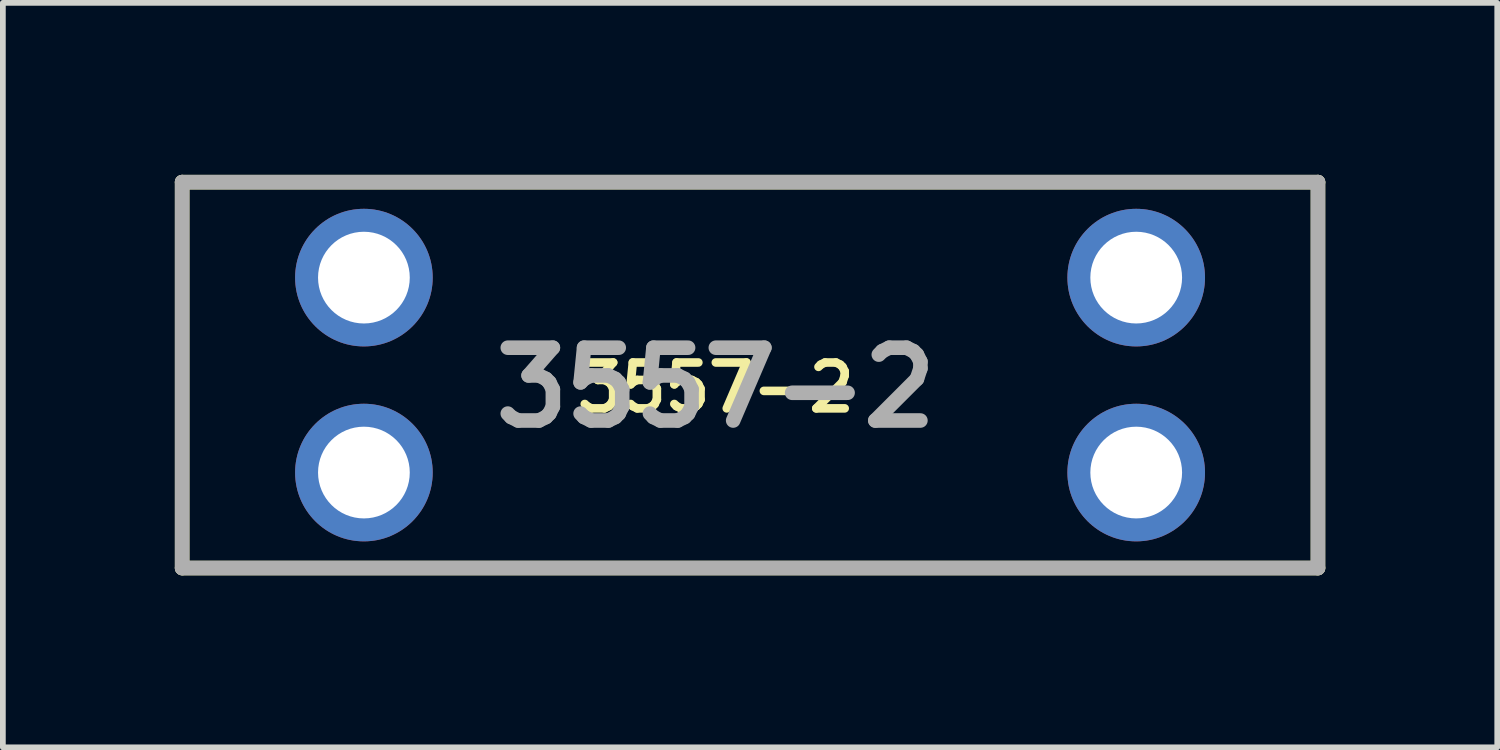
<source format=kicad_pcb>
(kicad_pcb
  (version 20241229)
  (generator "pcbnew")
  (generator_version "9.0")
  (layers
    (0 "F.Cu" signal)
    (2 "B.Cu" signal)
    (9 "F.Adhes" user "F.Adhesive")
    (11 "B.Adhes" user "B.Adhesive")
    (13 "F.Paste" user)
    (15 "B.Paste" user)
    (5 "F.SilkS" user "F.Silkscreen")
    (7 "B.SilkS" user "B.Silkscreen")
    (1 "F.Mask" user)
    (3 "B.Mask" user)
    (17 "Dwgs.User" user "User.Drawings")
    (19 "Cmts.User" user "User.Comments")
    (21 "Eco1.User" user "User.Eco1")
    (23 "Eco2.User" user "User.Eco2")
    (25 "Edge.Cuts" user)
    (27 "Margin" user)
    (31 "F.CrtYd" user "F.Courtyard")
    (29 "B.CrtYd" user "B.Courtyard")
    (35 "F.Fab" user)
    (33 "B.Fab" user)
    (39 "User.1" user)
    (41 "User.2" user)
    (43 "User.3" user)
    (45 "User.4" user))
  (footprint "3557-2"
    (layer "F.Cu")
    (at 10.032 3.492)
    (property "Reference" "3557-2" (at -0.597 0.218 0) (layer "F.SilkS") (effects (font (size 0.8 0.8) (thickness 0.15) (bold yes))))
    (attr through_hole)
    (fp_line (start -9.905 -3.365) (end -9.905 3.365) (stroke (width 0.254) (type solid)) (layer "F.SilkS"))
    (fp_line (start -9.905 3.365) (end 9.905 3.365) (stroke (width 0.254) (type solid)) (layer "F.SilkS"))
    (fp_line (start 9.905 -3.365) (end -9.905 -3.365) (stroke (width 0.254) (type solid)) (layer "F.SilkS"))
    (fp_line (start 9.905 3.365) (end 9.905 -3.365) (stroke (width 0.254) (type solid)) (layer "F.SilkS"))
    (fp_line (start -9.905 -3.365) (end 9.905 -3.365) (stroke (width 0.254) (type solid)) (layer "F.Fab"))
    (fp_line (start -9.905 3.365) (end -9.905 -3.365) (stroke (width 0.254) (type solid)) (layer "F.Fab"))
    (fp_line (start 9.905 -3.365) (end 9.905 3.365) (stroke (width 0.254) (type solid)) (layer "F.Fab"))
    (fp_line (start 9.905 3.365) (end -9.905 3.365) (stroke (width 0.254) (type solid)) (layer "F.Fab"))
    (fp_text user "${REFERENCE}" (at -0.597 0.218 0) (layer "F.Fab") (effects (font (size 1.27 1.27) (thickness 0.254))))
    (pad "1" thru_hole circle (at -6.735 -1.7) (size 2.4 2.4) (drill 1.6) (layers "*.Cu" "*.Mask"))
    (pad "1" thru_hole circle (at -6.735 1.7) (size 2.4 2.4) (drill 1.6) (layers "*.Cu" "*.Mask"))
    (pad "2" thru_hole circle (at 6.735 -1.7) (size 2.4 2.4) (drill 1.6) (layers "*.Cu" "*.Mask"))
    (pad "2" thru_hole circle (at 6.735 1.7) (size 2.4 2.4) (drill 1.6) (layers "*.Cu" "*.Mask")))
  (gr_rect
    (start -3 -3)
    (end 23.064 9.984)
    (stroke (width 0.1) (type default))
    (fill no)
    (layer "Edge.Cuts")))
</source>
